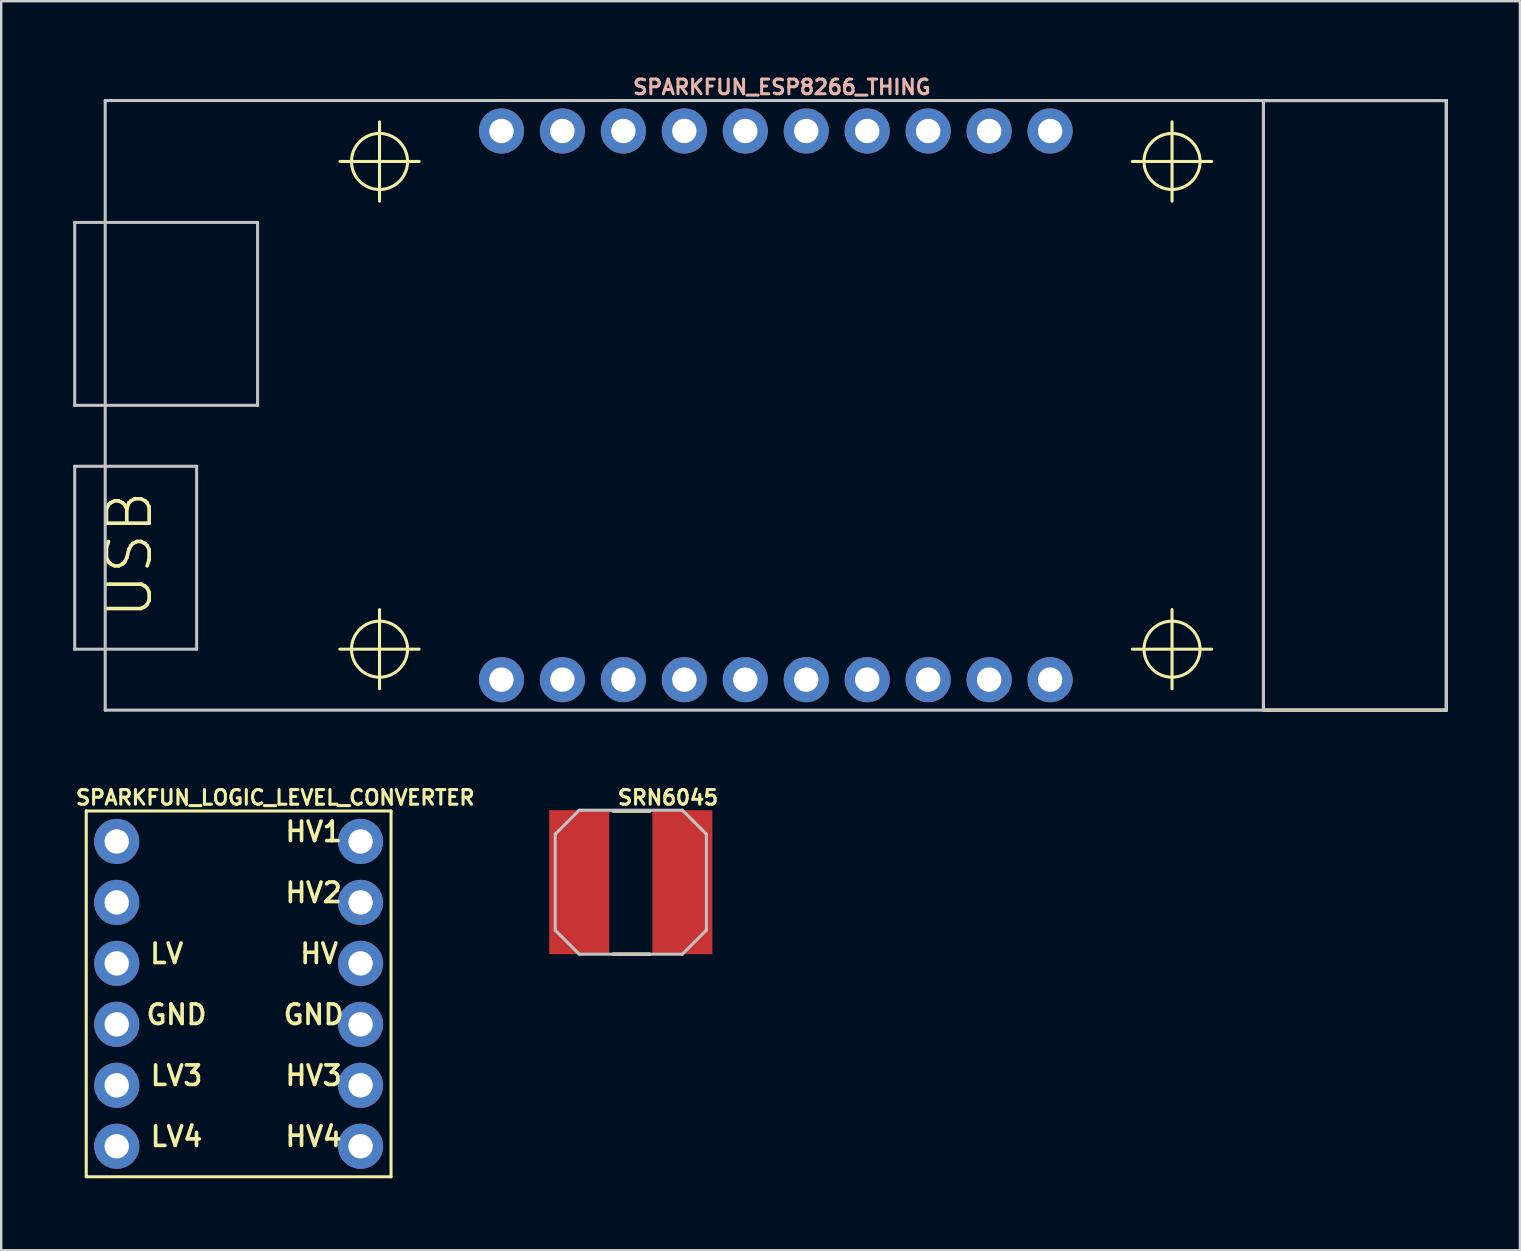
<source format=kicad_pcb>
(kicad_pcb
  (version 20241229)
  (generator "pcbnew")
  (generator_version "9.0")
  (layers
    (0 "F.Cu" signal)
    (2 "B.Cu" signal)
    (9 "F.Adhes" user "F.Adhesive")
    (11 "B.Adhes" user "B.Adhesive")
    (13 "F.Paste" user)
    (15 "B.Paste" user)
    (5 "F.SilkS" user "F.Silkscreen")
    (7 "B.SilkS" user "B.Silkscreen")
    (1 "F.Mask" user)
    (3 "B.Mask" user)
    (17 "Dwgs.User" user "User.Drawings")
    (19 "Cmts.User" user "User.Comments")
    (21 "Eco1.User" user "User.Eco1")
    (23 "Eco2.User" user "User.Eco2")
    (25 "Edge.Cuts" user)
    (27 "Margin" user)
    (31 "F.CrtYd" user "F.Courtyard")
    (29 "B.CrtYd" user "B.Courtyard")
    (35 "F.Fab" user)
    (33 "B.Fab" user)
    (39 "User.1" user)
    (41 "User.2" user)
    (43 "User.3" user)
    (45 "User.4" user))
  (footprint "SRN6045"
    (layer "F.Cu")
    (at 23.258 33.707)
    (property "Reference" "SRN6045" (at 1.524 -3.526 0) (layer "F.SilkS") (effects (font (size 0.61 0.61) (thickness 0.127))))
    (attr smd)
    (fp_line (start -0.762 -2.967) (end 0.762 -2.967) (stroke (width 0.152) (type solid)) (layer "F.SilkS"))
    (fp_line (start -0.762 3) (end 0.762 3) (stroke (width 0.152) (type solid)) (layer "F.SilkS"))
    (fp_line (start -3.175 -1.999) (end -2.174 -3) (stroke (width 0.127) (type solid)) (layer "Dwgs.User"))
    (fp_line (start -3.175 1.999) (end -3.175 -1.999) (stroke (width 0.127) (type solid)) (layer "Dwgs.User"))
    (fp_line (start -2.174 -3) (end 2.123 -3) (stroke (width 0.127) (type solid)) (layer "Dwgs.User"))
    (fp_line (start -2.174 3) (end -3.175 1.999) (stroke (width 0.127) (type solid)) (layer "Dwgs.User"))
    (fp_line (start 2.123 -3) (end 3.124 -1.999) (stroke (width 0.127) (type solid)) (layer "Dwgs.User"))
    (fp_line (start 2.123 3) (end -2.174 3) (stroke (width 0.127) (type solid)) (layer "Dwgs.User"))
    (fp_line (start 3.124 -1.999) (end 3.124 1.999) (stroke (width 0.127) (type solid)) (layer "Dwgs.User"))
    (fp_line (start 3.124 1.999) (end 2.123 3) (stroke (width 0.127) (type solid)) (layer "Dwgs.User"))
    (pad "1" smd rect (at -2.174 0 90) (size 5.999 2.499) (layers "F.Cu" "F.Mask" "F.Paste"))
    (pad "2" smd rect (at 2.123 0 90) (size 5.999 2.499) (layers "F.Cu" "F.Mask" "F.Paste")))
  (footprint "SPARKFUN_LOGIC_LEVEL_CONVERTER"
    (layer "F.Cu")
    (at 6.893 38.36)
    (property "Reference" "SPARKFUN_LOGIC_LEVEL_CONVERTER" (at 1.524 -8.179 0) (layer "F.SilkS") (effects (font (size 0.61 0.61) (thickness 0.127))))
    (attr exclude_from_pos_files exclude_from_bom)
    (fp_line (start -6.35 -7.62) (end 6.35 -7.62) (stroke (width 0.127) (type solid)) (layer "F.SilkS"))
    (fp_line (start -6.35 7.62) (end -6.35 -7.62) (stroke (width 0.127) (type solid)) (layer "F.SilkS"))
    (fp_line (start 6.35 -7.62) (end 6.35 7.62) (stroke (width 0.127) (type solid)) (layer "F.SilkS"))
    (fp_line (start 6.35 7.62) (end -6.35 7.62) (stroke (width 0.127) (type solid)) (layer "F.SilkS"))
    (fp_text user "GND" (at -2.588 0.864 0) (layer "F.SilkS") (effects (font (size 0.813 0.813) (thickness 0.152))))
    (fp_text user "HV4" (at 3.124 5.944 0) (layer "F.SilkS") (effects (font (size 0.813 0.813) (thickness 0.152))))
    (fp_text user "LV4" (at -2.588 5.944 0) (layer "F.SilkS") (effects (font (size 0.813 0.813) (thickness 0.152))))
    (fp_text user "HV2" (at 3.124 -4.216 0) (layer "F.SilkS") (effects (font (size 0.813 0.813) (thickness 0.152))))
    (fp_text user "GND" (at 3.124 0.864 0) (layer "F.SilkS") (effects (font (size 0.813 0.813) (thickness 0.152))))
    (fp_text user "HV3" (at 3.124 3.404 0) (layer "F.SilkS") (effects (font (size 0.813 0.813) (thickness 0.152))))
    (fp_text user "LV" (at -2.997 -1.676 0) (layer "F.SilkS") (effects (font (size 0.813 0.813) (thickness 0.152))))
    (fp_text user "LV3" (at -2.588 3.404 0) (layer "F.SilkS") (effects (font (size 0.813 0.813) (thickness 0.152))))
    (fp_text user "HV1" (at 3.124 -6.756 0) (layer "F.SilkS") (effects (font (size 0.813 0.813) (thickness 0.152))))
    (fp_text user "HV" (at 3.353 -1.676 0) (layer "F.SilkS") (effects (font (size 0.813 0.813) (thickness 0.152))))
    (pad "GND1" thru_hole circle (at -5.08 1.27) (size 1.88 1.88) (drill 1.016) (layers "*.Cu" "*.Paste" "*.Mask"))
    (pad "GND2" thru_hole circle (at 5.08 1.27) (size 1.88 1.88) (drill 1.016) (layers "*.Cu" "*.Paste" "*.Mask"))
    (pad "HV" thru_hole circle (at 5.08 -1.27) (size 1.88 1.88) (drill 1.016) (layers "*.Cu" "*.Paste" "*.Mask"))
    (pad "HV1" thru_hole circle (at 5.08 -6.35) (size 1.88 1.88) (drill 1.016) (layers "*.Cu" "*.Paste" "*.Mask"))
    (pad "HV2" thru_hole circle (at 5.08 -3.81) (size 1.88 1.88) (drill 1.016) (layers "*.Cu" "*.Paste" "*.Mask"))
    (pad "HV3" thru_hole circle (at 5.08 3.81) (size 1.88 1.88) (drill 1.016) (layers "*.Cu" "*.Paste" "*.Mask"))
    (pad "HV4" thru_hole circle (at 5.08 6.35) (size 1.88 1.88) (drill 1.016) (layers "*.Cu" "*.Paste" "*.Mask"))
    (pad "LV" thru_hole circle (at -5.08 -1.27) (size 1.88 1.88) (drill 1.016) (layers "*.Cu" "*.Paste" "*.Mask"))
    (pad "LV1" thru_hole circle (at -5.08 -6.35) (size 1.88 1.88) (drill 1.016) (layers "*.Cu" "*.Paste" "*.Mask"))
    (pad "LV2" thru_hole circle (at -5.08 -3.81) (size 1.88 1.88) (drill 1.016) (layers "*.Cu" "*.Paste" "*.Mask"))
    (pad "LV3" thru_hole circle (at -5.08 3.81) (size 1.88 1.88) (drill 1.016) (layers "*.Cu" "*.Paste" "*.Mask"))
    (pad "LV4" thru_hole circle (at -5.08 6.35) (size 1.88 1.88) (drill 1.016) (layers "*.Cu" "*.Paste" "*.Mask")))
  (footprint "SPARKFUN_ESP8266_THING"
    (layer "F.Cu")
    (at 28.003 13.838)
    (property "Reference" "SPARKFUN_ESP8266_THING" (at 1.524 -13.259 0) (layer "B.SilkS") (effects (font (size 0.61 0.61) (thickness 0.127))))
    (attr exclude_from_pos_files exclude_from_bom)
    (fp_line (start -16.891 -10.16) (end -13.589 -10.16) (stroke (width 0.127) (type solid)) (layer "F.SilkS"))
    (fp_line (start -16.891 10.16) (end -13.589 10.16) (stroke (width 0.127) (type solid)) (layer "F.SilkS"))
    (fp_line (start -15.24 -8.509) (end -15.24 -11.811) (stroke (width 0.127) (type solid)) (layer "F.SilkS"))
    (fp_line (start -15.24 11.811) (end -15.24 8.509) (stroke (width 0.127) (type solid)) (layer "F.SilkS"))
    (fp_line (start 16.129 -10.16) (end 19.431 -10.16) (stroke (width 0.127) (type solid)) (layer "F.SilkS"))
    (fp_line (start 16.129 10.16) (end 19.431 10.16) (stroke (width 0.127) (type solid)) (layer "F.SilkS"))
    (fp_line (start 17.78 -8.509) (end 17.78 -11.811) (stroke (width 0.127) (type solid)) (layer "F.SilkS"))
    (fp_line (start 17.78 11.811) (end 17.78 8.509) (stroke (width 0.127) (type solid)) (layer "F.SilkS"))
    (fp_line (start 21.59 -12.7) (end 21.59 12.7) (stroke (width 0.127) (type solid)) (layer "F.SilkS"))
    (fp_line (start 21.59 -12.7) (end 21.59 12.7) (stroke (width 0.127) (type solid)) (layer "F.SilkS"))
    (fp_line (start 21.59 12.7) (end 29.21 12.7) (stroke (width 0.127) (type solid)) (layer "F.SilkS"))
    (fp_line (start 21.59 12.7) (end 29.21 12.7) (stroke (width 0.127) (type solid)) (layer "F.SilkS"))
    (fp_line (start 29.21 -12.7) (end 21.59 -12.7) (stroke (width 0.127) (type solid)) (layer "F.SilkS"))
    (fp_line (start 29.21 -12.7) (end 21.59 -12.7) (stroke (width 0.127) (type solid)) (layer "F.SilkS"))
    (fp_line (start 29.21 12.7) (end 29.21 -12.7) (stroke (width 0.127) (type solid)) (layer "F.SilkS"))
    (fp_line (start 29.21 12.7) (end 29.21 -12.7) (stroke (width 0.127) (type solid)) (layer "F.SilkS"))
    (fp_circle (center -15.24 -10.16) (end -16.066 -10.986) (stroke (width 0.127) (type solid)) (fill no) (layer "F.SilkS"))
    (fp_circle (center -15.24 10.16) (end -16.066 10.986) (stroke (width 0.127) (type solid)) (fill no) (layer "F.SilkS"))
    (fp_circle (center 17.78 -10.16) (end 18.605 -10.986) (stroke (width 0.127) (type solid)) (fill no) (layer "F.SilkS"))
    (fp_circle (center 17.78 10.16) (end 18.605 10.986) (stroke (width 0.127) (type solid)) (fill no) (layer "F.SilkS"))
    (fp_line (start -27.94 -7.62) (end -27.94 0) (stroke (width 0.127) (type solid)) (layer "Dwgs.User"))
    (fp_line (start -27.94 0) (end -26.67 0) (stroke (width 0.127) (type solid)) (layer "Dwgs.User"))
    (fp_line (start -27.94 2.54) (end -27.94 10.16) (stroke (width 0.127) (type solid)) (layer "Dwgs.User"))
    (fp_line (start -27.94 10.16) (end -22.86 10.16) (stroke (width 0.127) (type solid)) (layer "Dwgs.User"))
    (fp_line (start -26.67 -12.7) (end 29.21 -12.7) (stroke (width 0.127) (type solid)) (layer "Dwgs.User"))
    (fp_line (start -26.67 0) (end -26.67 -12.7) (stroke (width 0.127) (type solid)) (layer "Dwgs.User"))
    (fp_line (start -26.67 0) (end -20.32 0) (stroke (width 0.127) (type solid)) (layer "Dwgs.User"))
    (fp_line (start -26.67 12.7) (end -26.67 0) (stroke (width 0.127) (type solid)) (layer "Dwgs.User"))
    (fp_line (start -22.86 2.54) (end -27.94 2.54) (stroke (width 0.127) (type solid)) (layer "Dwgs.User"))
    (fp_line (start -22.86 10.16) (end -22.86 2.54) (stroke (width 0.127) (type solid)) (layer "Dwgs.User"))
    (fp_line (start -20.32 -7.62) (end -27.94 -7.62) (stroke (width 0.127) (type solid)) (layer "Dwgs.User"))
    (fp_line (start -20.32 0) (end -20.32 -7.62) (stroke (width 0.127) (type solid)) (layer "Dwgs.User"))
    (fp_line (start 21.59 -12.7) (end 21.59 12.7) (stroke (width 0.127) (type solid)) (layer "Dwgs.User"))
    (fp_line (start 29.21 -12.7) (end 29.21 12.7) (stroke (width 0.127) (type solid)) (layer "Dwgs.User"))
    (fp_line (start 29.21 12.7) (end -26.67 12.7) (stroke (width 0.127) (type solid)) (layer "Dwgs.User"))
    (fp_text user "USB" (at -25.654 6.223 90) (layer "F.SilkS") (effects (font (size 1.778 1.778) (thickness 0.152))))
    (pad "0" thru_hole circle (at -2.54 -11.43) (size 1.88 1.88) (drill 1.016) (layers "*.Cu" "*.Paste" "*.Mask"))
    (pad "3.3V" thru_hole circle (at -7.62 11.43) (size 1.88 1.88) (drill 1.016) (layers "*.Cu" "*.Paste" "*.Mask"))
    (pad "3.3V" thru_hole circle (at 7.62 11.43) (size 1.88 1.88) (drill 1.016) (layers "*.Cu" "*.Paste" "*.Mask"))
    (pad "4" thru_hole circle (at 0 -11.43) (size 1.88 1.88) (drill 1.016) (layers "*.Cu" "*.Paste" "*.Mask"))
    (pad "5" thru_hole circle (at -5.08 -11.43) (size 1.88 1.88) (drill 1.016) (layers "*.Cu" "*.Paste" "*.Mask"))
    (pad "12" thru_hole circle (at 5.08 -11.43) (size 1.88 1.88) (drill 1.016) (layers "*.Cu" "*.Paste" "*.Mask"))
    (pad "13" thru_hole circle (at 2.54 -11.43) (size 1.88 1.88) (drill 1.016) (layers "*.Cu" "*.Paste" "*.Mask"))
    (pad "ADC" thru_hole circle (at 10.16 -11.43) (size 1.88 1.88) (drill 1.016) (layers "*.Cu" "*.Paste" "*.Mask"))
    (pad "DTR" thru_hole circle (at 0 11.43) (size 1.88 1.88) (drill 1.016) (layers "*.Cu" "*.Paste" "*.Mask"))
    (pad "EN" thru_hole circle (at 12.7 -11.43) (size 1.88 1.88) (drill 1.016) (layers "*.Cu" "*.Paste" "*.Mask"))
    (pad "GND@" thru_hole circle (at -10.16 -11.43) (size 1.88 1.88) (drill 1.016) (layers "*.Cu" "*.Paste" "*.Mask"))
    (pad "GND@" thru_hole circle (at -10.16 11.43) (size 1.88 1.88) (drill 1.016) (layers "*.Cu" "*.Paste" "*.Mask"))
    (pad "GND@" thru_hole circle (at 12.7 11.43) (size 1.88 1.88) (drill 1.016) (layers "*.Cu" "*.Paste" "*.Mask"))
    (pad "NC" thru_hole circle (at 10.16 11.43) (size 1.88 1.88) (drill 1.016) (layers "*.Cu" "*.Paste" "*.Mask"))
    (pad "RXI" thru_hole circle (at 5.08 11.43) (size 1.88 1.88) (drill 1.016) (layers "*.Cu" "*.Paste" "*.Mask"))
    (pad "SCL" thru_hole circle (at -2.54 11.43) (size 1.88 1.88) (drill 1.016) (layers "*.Cu" "*.Paste" "*.Mask"))
    (pad "SDA" thru_hole circle (at -5.08 11.43) (size 1.88 1.88) (drill 1.016) (layers "*.Cu" "*.Paste" "*.Mask"))
    (pad "TXO" thru_hole circle (at 2.54 11.43) (size 1.88 1.88) (drill 1.016) (layers "*.Cu" "*.Paste" "*.Mask"))
    (pad "VIN" thru_hole circle (at -7.62 -11.43) (size 1.88 1.88) (drill 1.016) (layers "*.Cu" "*.Paste" "*.Mask"))
    (pad "XPD" thru_hole circle (at 7.62 -11.43) (size 1.88 1.88) (drill 1.016) (layers "*.Cu" "*.Paste" "*.Mask")))
  (gr_rect
    (start -3 -3)
    (end 60.277 49.044)
    (stroke (width 0.1) (type default))
    (fill no)
    (layer "Edge.Cuts")))
</source>
